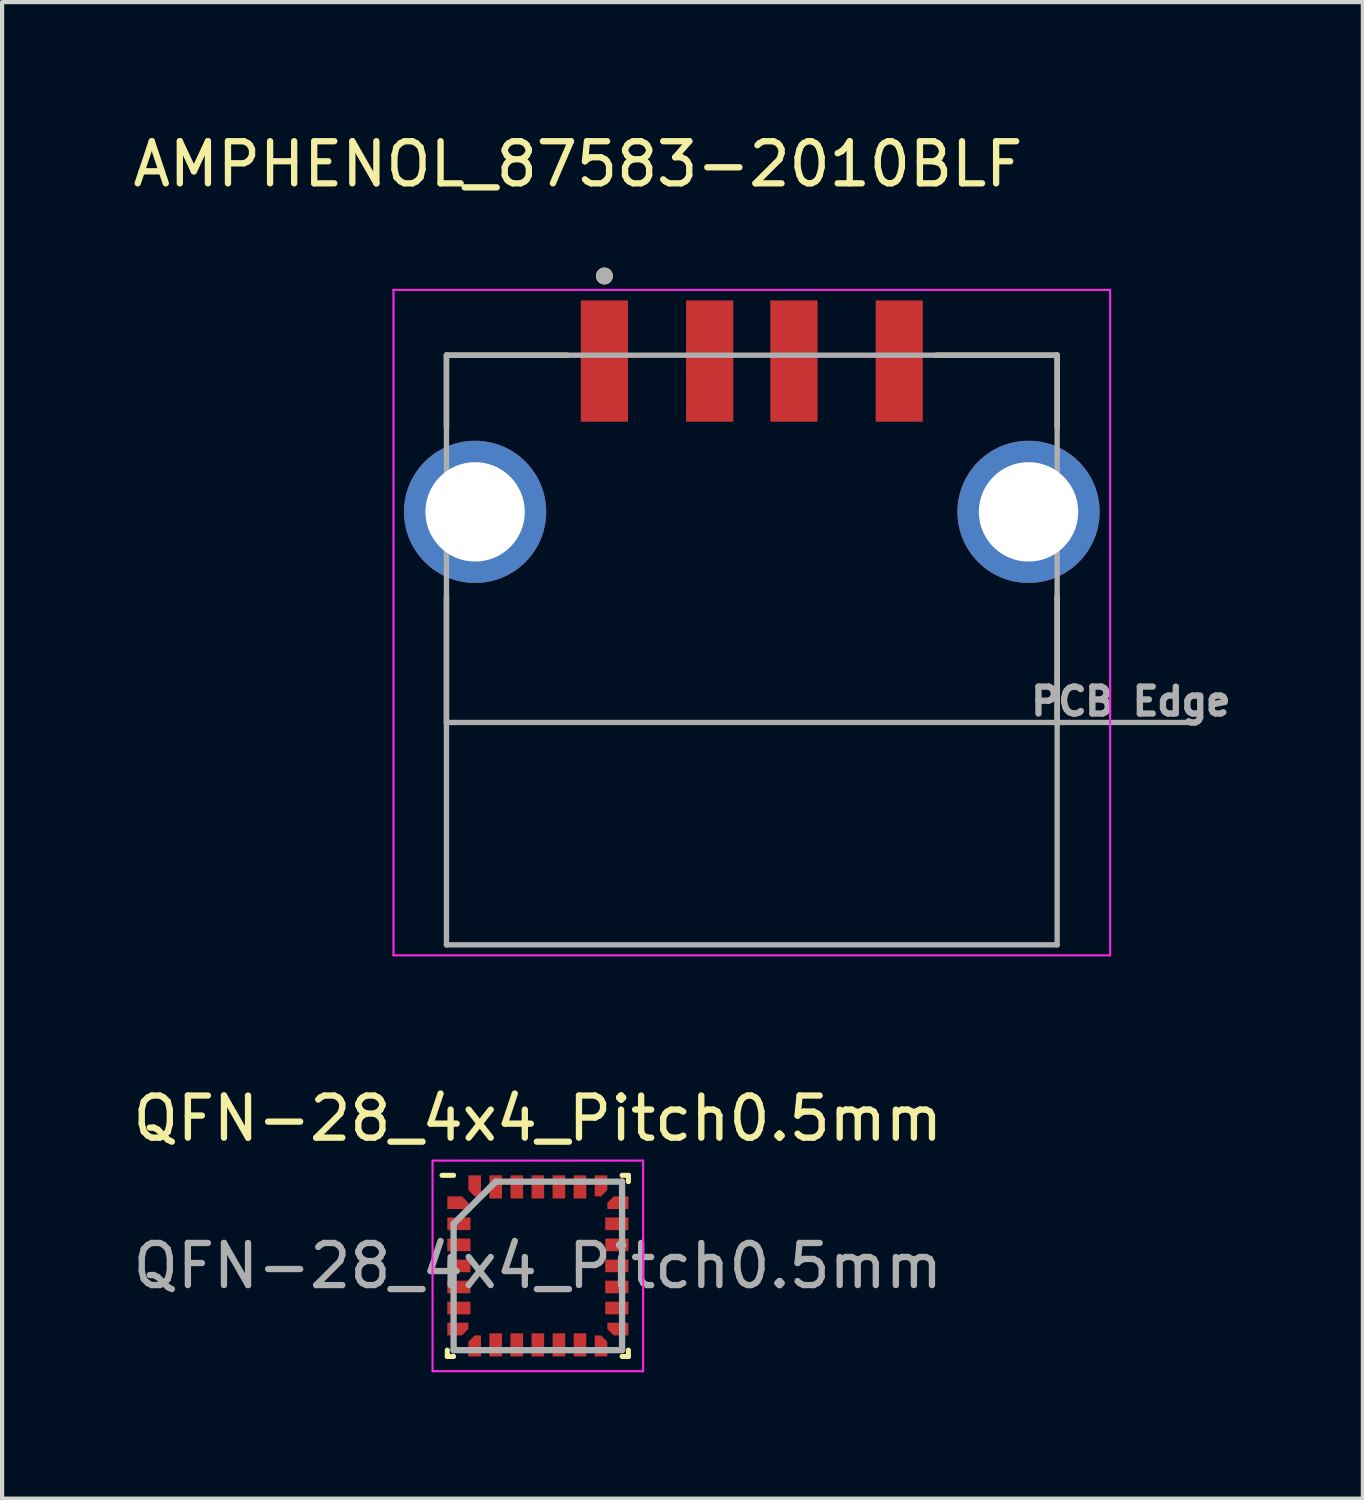
<source format=kicad_pcb>
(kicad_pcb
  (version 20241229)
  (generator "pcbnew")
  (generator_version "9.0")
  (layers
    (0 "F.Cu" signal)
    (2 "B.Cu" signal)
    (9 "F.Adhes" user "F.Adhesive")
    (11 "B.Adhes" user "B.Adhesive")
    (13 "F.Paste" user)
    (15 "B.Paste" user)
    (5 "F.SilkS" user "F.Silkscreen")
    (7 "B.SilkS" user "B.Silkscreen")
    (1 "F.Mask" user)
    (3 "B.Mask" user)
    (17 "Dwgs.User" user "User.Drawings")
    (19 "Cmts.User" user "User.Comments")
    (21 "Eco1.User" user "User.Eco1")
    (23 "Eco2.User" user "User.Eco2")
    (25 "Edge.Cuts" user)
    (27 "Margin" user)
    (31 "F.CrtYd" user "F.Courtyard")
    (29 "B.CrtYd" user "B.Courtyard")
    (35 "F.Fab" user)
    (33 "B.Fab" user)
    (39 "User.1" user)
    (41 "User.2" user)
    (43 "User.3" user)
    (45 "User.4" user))
  (footprint "AMPHENOL_87583-2010BLF"
    (layer "F.Cu")
    (at 14.8 9.103)
    (property "Reference" "AMPHENOL_87583-2010BLF" (at -4.128 -8.255 0) (layer "F.SilkS") (effects (font (size 1 1) (thickness 0.15))))
    (attr smd)
    (fp_line (start -7.25 -3.72) (end -7.25 -2.008) (stroke (width 0.127) (type solid)) (layer "F.SilkS"))
    (fp_line (start -7.25 -3.72) (end -4.38 -3.72) (stroke (width 0.127) (type solid)) (layer "F.SilkS"))
    (fp_line (start -7.25 5) (end -7.25 2.008) (stroke (width 0.127) (type solid)) (layer "F.SilkS"))
    (fp_line (start 4.38 -3.72) (end 7.25 -3.72) (stroke (width 0.127) (type solid)) (layer "F.SilkS"))
    (fp_line (start 7.25 -3.72) (end 7.25 -2.008) (stroke (width 0.127) (type solid)) (layer "F.SilkS"))
    (fp_line (start 7.25 5) (end 7.25 2.008) (stroke (width 0.127) (type solid)) (layer "F.SilkS"))
    (fp_circle (center -3.5 -5.6) (end -3.4 -5.6) (stroke (width 0.2) (type solid)) (fill no) (layer "F.SilkS"))
    (fp_line (start -8.508 -5.27) (end -8.508 10.53) (stroke (width 0.05) (type solid)) (layer "F.CrtYd"))
    (fp_line (start -8.508 10.53) (end 8.508 10.53) (stroke (width 0.05) (type solid)) (layer "F.CrtYd"))
    (fp_line (start 8.508 -5.27) (end -8.508 -5.27) (stroke (width 0.05) (type solid)) (layer "F.CrtYd"))
    (fp_line (start 8.508 10.53) (end 8.508 -5.27) (stroke (width 0.05) (type solid)) (layer "F.CrtYd"))
    (fp_line (start -7.25 -3.72) (end -7.25 5) (stroke (width 0.127) (type solid)) (layer "F.Fab"))
    (fp_line (start -7.25 -3.72) (end 7.25 -3.72) (stroke (width 0.127) (type solid)) (layer "F.Fab"))
    (fp_line (start -7.25 5) (end -7.25 10.28) (stroke (width 0.127) (type solid)) (layer "F.Fab"))
    (fp_line (start -7.25 5) (end 10.38 5) (stroke (width 0.127) (type solid)) (layer "F.Fab"))
    (fp_line (start -7.25 10.28) (end 7.25 10.28) (stroke (width 0.127) (type solid)) (layer "F.Fab"))
    (fp_line (start 7.25 -3.72) (end 7.25 10.28) (stroke (width 0.127) (type solid)) (layer "F.Fab"))
    (fp_circle (center -3.5 -5.6) (end -3.4 -5.6) (stroke (width 0.2) (type solid)) (fill no) (layer "F.Fab"))
    (fp_text user "PCB Edge" (at 9 4.5 0) (layer "F.Fab") (effects (font (size 0.64 0.64) (thickness 0.15))))
    (pad "01" smd rect (at -3.5 -3.58) (size 1.12 2.88) (layers "F.Cu" "F.Mask" "F.Paste"))
    (pad "02" smd rect (at -1 -3.58) (size 1.12 2.88) (layers "F.Cu" "F.Mask" "F.Paste"))
    (pad "03" smd rect (at 1 -3.58) (size 1.12 2.88) (layers "F.Cu" "F.Mask" "F.Paste"))
    (pad "04" smd rect (at 3.5 -3.58) (size 1.12 2.88) (layers "F.Cu" "F.Mask" "F.Paste"))
    (pad "SH1" thru_hole circle (at -6.57 0) (size 3.376 3.376) (drill 2.36) (layers "*.Cu" "*.Mask"))
    (pad "SH2" thru_hole circle (at 6.57 0) (size 3.376 3.376) (drill 2.36) (layers "*.Cu" "*.Mask")))
  (footprint "QFN-28_4x4_Pitch0.5mm"
    (layer "F.Cu")
    (at 9.72 27.006)
    (property "Reference" "QFN-28_4x4_Pitch0.5mm" (at 0 -3.5 0) (layer "F.SilkS") (effects (font (size 1 1) (thickness 0.15))))
    (attr smd)
    (fp_line (start -2.15 2.15) (end -2.15 2) (stroke (width 0.12) (type default)) (layer "F.SilkS"))
    (fp_line (start -2 -2.15) (end -2.275 -2.15) (stroke (width 0.12) (type default)) (layer "F.SilkS"))
    (fp_line (start -2 2.15) (end -2.15 2.15) (stroke (width 0.12) (type default)) (layer "F.SilkS"))
    (fp_line (start 2 -2.15) (end 2.15 -2.15) (stroke (width 0.12) (type default)) (layer "F.SilkS"))
    (fp_line (start 2 2.15) (end 2.15 2.15) (stroke (width 0.12) (type default)) (layer "F.SilkS"))
    (fp_line (start 2.15 -2.15) (end 2.15 -2) (stroke (width 0.12) (type default)) (layer "F.SilkS"))
    (fp_line (start 2.15 2.15) (end 2.15 2) (stroke (width 0.12) (type default)) (layer "F.SilkS"))
    (fp_line (start -2.5 -2.5) (end 2.5 -2.5) (stroke (width 0.05) (type default)) (layer "F.CrtYd"))
    (fp_line (start -2.5 2.5) (end -2.5 -2.5) (stroke (width 0.05) (type default)) (layer "F.CrtYd"))
    (fp_line (start 2.5 -2.5) (end 2.5 2.5) (stroke (width 0.05) (type default)) (layer "F.CrtYd"))
    (fp_line (start 2.5 2.5) (end -2.5 2.5) (stroke (width 0.05) (type default)) (layer "F.CrtYd"))
    (fp_line (start -2 -1) (end -2 2) (stroke (width 0.15) (type default)) (layer "F.Fab"))
    (fp_line (start -2 2) (end 2 2) (stroke (width 0.15) (type default)) (layer "F.Fab"))
    (fp_line (start -1 -2) (end -2 -1) (stroke (width 0.15) (type default)) (layer "F.Fab"))
    (fp_line (start 2 -2) (end -1 -2) (stroke (width 0.15) (type default)) (layer "F.Fab"))
    (fp_line (start 2 2) (end 2 -2) (stroke (width 0.15) (type default)) (layer "F.Fab"))
    (fp_text user "${REFERENCE}" (at 0 0 0) (layer "F.Fab") (effects (font (size 1 1) (thickness 0.15))))
    (pad "1" smd roundrect (at -1.9 -1.5 90) (size 0.3 0.5) (layers "F.Cu" "F.Mask" "F.Paste") (roundrect_rratio 0) (chamfer_ratio 0.5) (chamfer bottom_right))
    (pad "2" smd rect (at -1.875 -1 90) (size 0.3 0.55) (layers "F.Cu" "F.Mask" "F.Paste"))
    (pad "3" smd rect (at -1.875 -0.5 90) (size 0.3 0.55) (layers "F.Cu" "F.Mask" "F.Paste"))
    (pad "4" smd rect (at -1.875 0 90) (size 0.3 0.55) (layers "F.Cu" "F.Mask" "F.Paste"))
    (pad "5" smd rect (at -1.875 0.5 90) (size 0.3 0.55) (layers "F.Cu" "F.Mask" "F.Paste"))
    (pad "6" smd rect (at -1.875 1 90) (size 0.3 0.55) (layers "F.Cu" "F.Mask" "F.Paste"))
    (pad "7" smd roundrect (at -1.9 1.5 90) (size 0.3 0.5) (layers "F.Cu" "F.Mask" "F.Paste") (roundrect_rratio 0) (chamfer_ratio 0.5) (chamfer bottom_left))
    (pad "8" smd roundrect (at -1.5 1.9) (size 0.3 0.5) (layers "F.Cu" "F.Mask" "F.Paste") (roundrect_rratio 0) (chamfer_ratio 0.5) (chamfer top_left))
    (pad "9" smd rect (at -1 1.875) (size 0.3 0.55) (layers "F.Cu" "F.Mask" "F.Paste"))
    (pad "10" smd rect (at -0.5 1.875) (size 0.3 0.55) (layers "F.Cu" "F.Mask" "F.Paste"))
    (pad "11" smd rect (at 0 1.875) (size 0.3 0.55) (layers "F.Cu" "F.Mask" "F.Paste"))
    (pad "12" smd rect (at 0.5 1.875) (size 0.3 0.55) (layers "F.Cu" "F.Mask" "F.Paste"))
    (pad "13" smd rect (at 1 1.875) (size 0.3 0.55) (layers "F.Cu" "F.Mask" "F.Paste"))
    (pad "14" smd roundrect (at 1.5 1.9) (size 0.3 0.5) (layers "F.Cu" "F.Mask" "F.Paste") (roundrect_rratio 0) (chamfer_ratio 0.5) (chamfer top_right))
    (pad "15" smd roundrect (at 1.9 1.5 90) (size 0.3 0.5) (layers "F.Cu" "F.Mask" "F.Paste") (roundrect_rratio 0) (chamfer_ratio 0.5) (chamfer top_left))
    (pad "16" smd rect (at 1.875 1 90) (size 0.3 0.55) (layers "F.Cu" "F.Mask" "F.Paste"))
    (pad "17" smd rect (at 1.875 0.5 90) (size 0.3 0.55) (layers "F.Cu" "F.Mask" "F.Paste"))
    (pad "18" smd rect (at 1.875 0 90) (size 0.3 0.55) (layers "F.Cu" "F.Mask" "F.Paste"))
    (pad "19" smd rect (at 1.875 -0.5 90) (size 0.3 0.55) (layers "F.Cu" "F.Mask" "F.Paste"))
    (pad "20" smd rect (at 1.875 -1 90) (size 0.3 0.55) (layers "F.Cu" "F.Mask" "F.Paste"))
    (pad "21" smd roundrect (at 1.9 -1.5 90) (size 0.3 0.5) (layers "F.Cu" "F.Mask" "F.Paste") (roundrect_rratio 0) (chamfer_ratio 0.5) (chamfer top_right))
    (pad "22" smd roundrect (at 1.5 -1.9) (size 0.3 0.5) (layers "F.Cu" "F.Mask" "F.Paste") (roundrect_rratio 0) (chamfer_ratio 0.5) (chamfer bottom_right))
    (pad "23" smd rect (at 1 -1.875) (size 0.3 0.55) (layers "F.Cu" "F.Mask" "F.Paste"))
    (pad "24" smd rect (at 0.5 -1.875) (size 0.3 0.55) (layers "F.Cu" "F.Mask" "F.Paste"))
    (pad "25" smd rect (at 0 -1.875) (size 0.3 0.55) (layers "F.Cu" "F.Mask" "F.Paste"))
    (pad "26" smd rect (at -0.5 -1.875) (size 0.3 0.55) (layers "F.Cu" "F.Mask" "F.Paste"))
    (pad "27" smd rect (at -1 -1.875) (size 0.3 0.55) (layers "F.Cu" "F.Mask" "F.Paste"))
    (pad "28" smd roundrect (at -1.5 -1.9) (size 0.3 0.5) (layers "F.Cu" "F.Mask" "F.Paste") (roundrect_rratio 0) (chamfer_ratio 0.5) (chamfer bottom_left)))
  (gr_rect
    (start -3 -3)
    (end 29.308 32.532)
    (stroke (width 0.1) (type default))
    (fill no)
    (layer "Edge.Cuts")))
</source>
